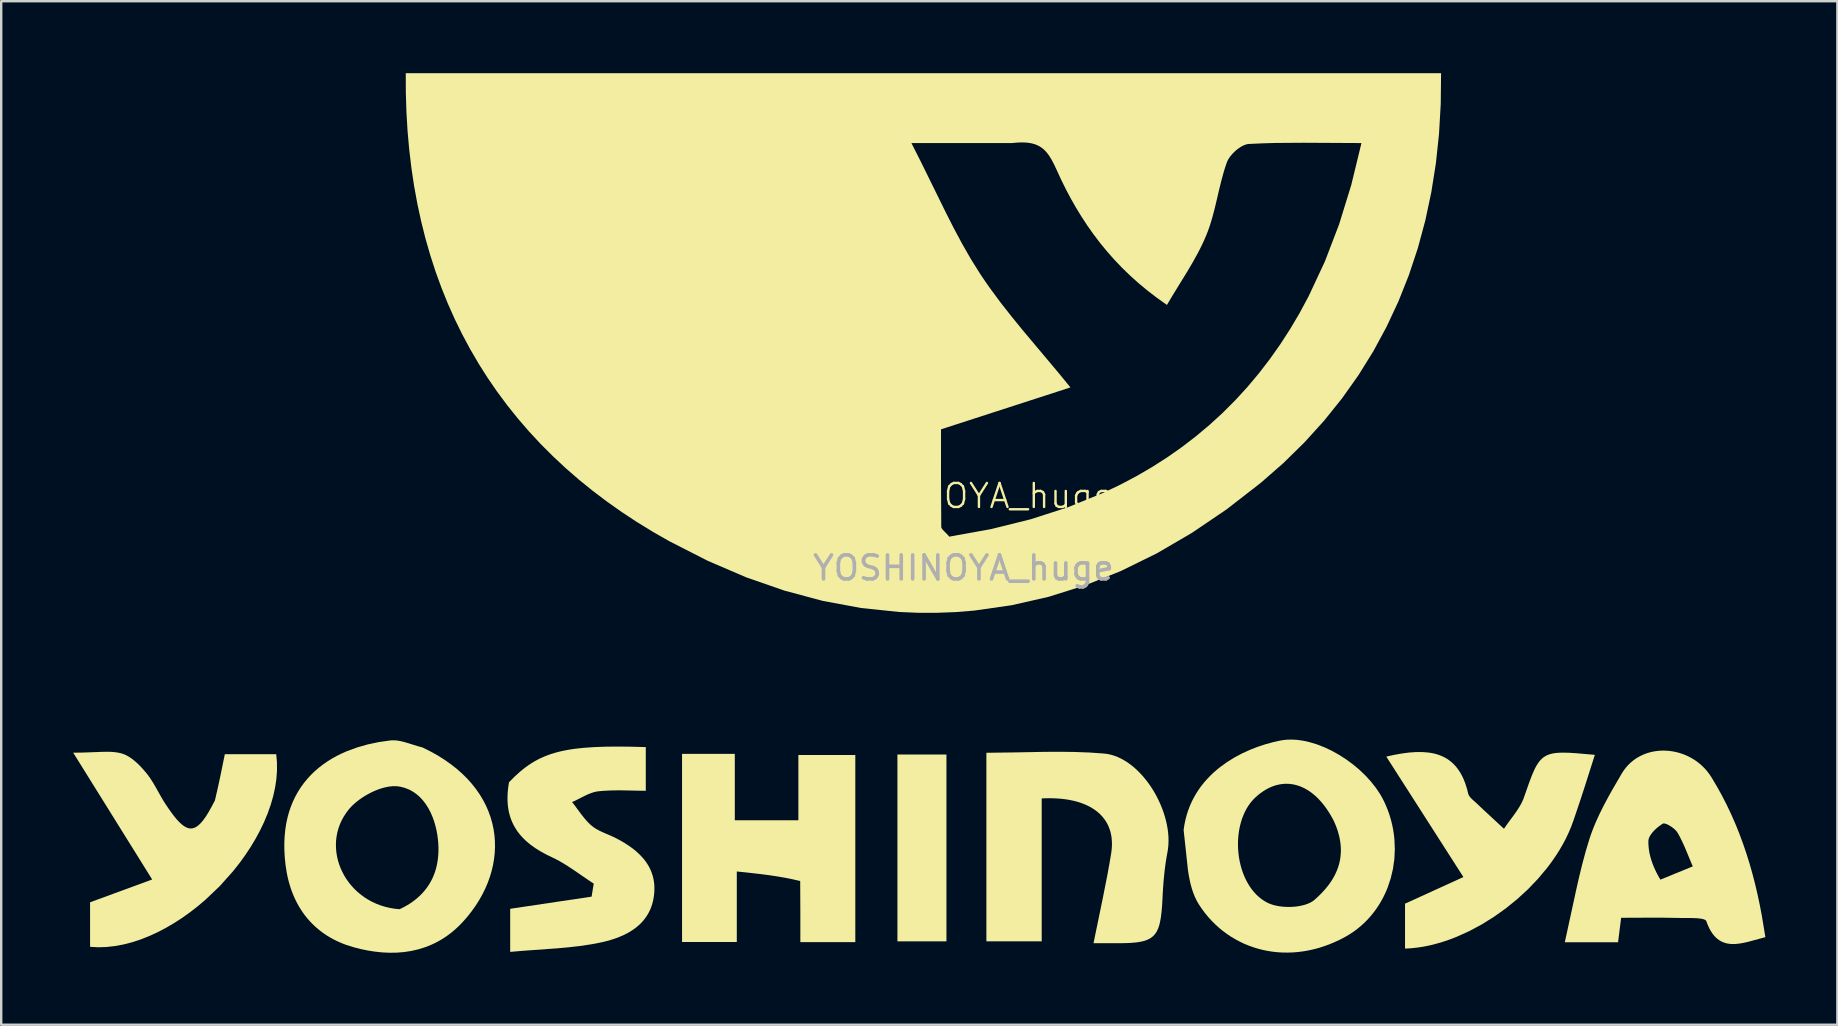
<source format=kicad_pcb>
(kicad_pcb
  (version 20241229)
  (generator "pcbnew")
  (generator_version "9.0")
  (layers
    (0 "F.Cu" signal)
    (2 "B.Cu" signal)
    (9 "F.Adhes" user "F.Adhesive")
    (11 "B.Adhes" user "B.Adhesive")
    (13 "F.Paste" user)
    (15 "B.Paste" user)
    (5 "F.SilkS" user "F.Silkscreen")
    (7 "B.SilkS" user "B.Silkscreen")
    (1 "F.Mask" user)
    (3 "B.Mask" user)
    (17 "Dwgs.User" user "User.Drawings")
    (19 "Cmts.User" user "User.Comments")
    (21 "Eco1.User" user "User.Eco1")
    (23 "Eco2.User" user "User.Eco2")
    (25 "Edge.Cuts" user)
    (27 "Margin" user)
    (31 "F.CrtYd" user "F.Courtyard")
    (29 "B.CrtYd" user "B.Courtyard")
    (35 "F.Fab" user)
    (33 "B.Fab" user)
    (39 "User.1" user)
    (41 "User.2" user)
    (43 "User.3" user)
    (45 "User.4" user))
  (footprint "YOSHINOYA_huge"
    (layer "F.Cu")
    (at 37.095 18.115)
    (property "Reference" "YOSHINOYA_huge" (at 0 -0.5 0) (unlocked yes) (layer "F.SilkS") (effects (font (size 1 1) (thickness 0.1))))
    (attr smd)
    (fp_poly (pts (xy -0.711 18.057) (xy -2.753 18.057) (xy -2.753 10.272) (xy -0.711 10.272)) (stroke (width 0) (type solid)) (fill yes) (layer "F.SilkS"))
    (fp_poly (pts (xy -9.529 13.011) (xy -6.88 13.011) (xy -6.88 10.291) (xy -4.508 10.291) (xy -4.508 18.088) (xy -6.798 18.088) (xy -6.798 16.875) (xy -6.804 15.545) (xy -7.122 15.47) (xy -7.44 15.406) (xy -7.761 15.351) (xy -8.085 15.302) (xy -8.414 15.259) (xy -8.75 15.22) (xy -9.446 15.145) (xy -9.446 18.084) (xy -11.727 18.084) (xy -11.727 10.244) (xy -9.529 10.244)) (stroke (width 0) (type solid)) (fill yes) (layer "F.SilkS"))
    (fp_poly (pts (xy -35.56 10.16) (xy -35.456 10.165) (xy -35.357 10.175) (xy -35.26 10.188) (xy -35.166 10.206) (xy -35.074 10.229) (xy -35.002 10.253) (xy -34.93 10.282) (xy -34.859 10.317) (xy -34.79 10.356) (xy -34.721 10.399) (xy -34.653 10.446) (xy -34.587 10.497) (xy -34.522 10.55) (xy -34.458 10.606) (xy -34.396 10.664) (xy -34.335 10.724) (xy -34.275 10.786) (xy -34.218 10.848) (xy -34.162 10.911) (xy -34.055 11.036) (xy -33.996 11.11) (xy -33.94 11.186) (xy -33.885 11.264) (xy -33.833 11.343) (xy -33.733 11.505) (xy -33.637 11.671) (xy -33.449 12.007) (xy -33.352 12.173) (xy -33.302 12.254) (xy -33.25 12.335) (xy -33.085 12.579) (xy -32.931 12.79) (xy -32.858 12.883) (xy -32.787 12.967) (xy -32.718 13.044) (xy -32.651 13.112) (xy -32.586 13.171) (xy -32.523 13.222) (xy -32.461 13.265) (xy -32.4 13.3) (xy -32.341 13.326) (xy -32.282 13.343) (xy -32.224 13.352) (xy -32.167 13.352) (xy -32.11 13.344) (xy -32.053 13.327) (xy -31.996 13.302) (xy -31.94 13.268) (xy -31.883 13.225) (xy -31.825 13.174) (xy -31.767 13.114) (xy -31.708 13.046) (xy -31.649 12.968) (xy -31.588 12.882) (xy -31.525 12.788) (xy -31.462 12.684) (xy -31.329 12.45) (xy -31.189 12.181) (xy -31.075 11.685) (xy -30.972 11.21) (xy -30.777 10.258) (xy -28.636 10.258) (xy -28.606 10.598) (xy -28.604 10.944) (xy -28.63 11.294) (xy -28.683 11.648) (xy -28.761 12.004) (xy -28.864 12.362) (xy -28.99 12.72) (xy -29.138 13.076) (xy -29.307 13.43) (xy -29.496 13.781) (xy -29.704 14.128) (xy -29.929 14.468) (xy -30.171 14.802) (xy -30.428 15.127) (xy -30.984 15.75) (xy -31.588 16.326) (xy -31.905 16.594) (xy -32.231 16.847) (xy -32.563 17.083) (xy -32.903 17.302) (xy -33.247 17.503) (xy -33.595 17.684) (xy -33.947 17.844) (xy -34.3 17.983) (xy -34.653 18.098) (xy -35.007 18.188) (xy -35.358 18.253) (xy -35.707 18.292) (xy -36.052 18.303) (xy -36.392 18.284) (xy -36.392 16.429) (xy -33.805 15.479) (xy -37.095 10.196) (xy -36.747 10.192) (xy -36.434 10.182) (xy -35.898 10.161) (xy -35.668 10.158)) (stroke (width 0) (type solid)) (fill yes) (layer "F.SilkS"))
    (fp_poly (pts (xy 4.629 10.166) (xy 5.245 10.189) (xy 5.861 10.232) (xy 6.006 10.251) (xy 6.151 10.283) (xy 6.294 10.327) (xy 6.435 10.382) (xy 6.574 10.448) (xy 6.711 10.524) (xy 6.845 10.61) (xy 6.976 10.705) (xy 7.104 10.808) (xy 7.228 10.92) (xy 7.348 11.04) (xy 7.464 11.166) (xy 7.576 11.299) (xy 7.684 11.438) (xy 7.786 11.582) (xy 7.883 11.731) (xy 7.975 11.885) (xy 8.06 12.042) (xy 8.14 12.203) (xy 8.213 12.366) (xy 8.28 12.532) (xy 8.34 12.699) (xy 8.393 12.868) (xy 8.438 13.037) (xy 8.475 13.205) (xy 8.505 13.374) (xy 8.526 13.541) (xy 8.539 13.707) (xy 8.542 13.871) (xy 8.537 14.032) (xy 8.522 14.19) (xy 8.497 14.344) (xy 8.455 14.58) (xy 8.418 14.818) (xy 8.386 15.058) (xy 8.36 15.298) (xy 8.337 15.538) (xy 8.319 15.779) (xy 8.303 16.02) (xy 8.291 16.261) (xy 8.275 16.555) (xy 8.253 16.817) (xy 8.225 17.049) (xy 8.188 17.253) (xy 8.166 17.345) (xy 8.141 17.43) (xy 8.113 17.51) (xy 8.082 17.583) (xy 8.047 17.65) (xy 8.008 17.712) (xy 7.965 17.769) (xy 7.918 17.821) (xy 7.867 17.867) (xy 7.811 17.909) (xy 7.75 17.947) (xy 7.683 17.98) (xy 7.612 18.01) (xy 7.535 18.035) (xy 7.452 18.057) (xy 7.362 18.076) (xy 7.267 18.092) (xy 7.165 18.105) (xy 6.94 18.123) (xy 6.687 18.132) (xy 6.403 18.134) (xy 5.417 18.133) (xy 5.809 16.23) (xy 5.992 15.303) (xy 6.076 14.841) (xy 6.154 14.379) (xy 6.172 14.24) (xy 6.182 14.106) (xy 6.185 13.974) (xy 6.18 13.847) (xy 6.168 13.724) (xy 6.148 13.604) (xy 6.121 13.489) (xy 6.086 13.377) (xy 6.044 13.27) (xy 5.995 13.167) (xy 5.939 13.068) (xy 5.875 12.973) (xy 5.805 12.883) (xy 5.728 12.797) (xy 5.644 12.716) (xy 5.554 12.64) (xy 5.457 12.568) (xy 5.353 12.501) (xy 5.243 12.439) (xy 5.126 12.381) (xy 5.003 12.329) (xy 4.874 12.282) (xy 4.739 12.239) (xy 4.598 12.203) (xy 4.45 12.171) (xy 4.297 12.144) (xy 4.138 12.123) (xy 3.973 12.108) (xy 3.802 12.098) (xy 3.626 12.093) (xy 3.445 12.095) (xy 3.258 12.102) (xy 3.258 18.057) (xy 0.953 18.057) (xy 0.953 10.2) (xy 2.168 10.184) (xy 3.395 10.161) (xy 4.012 10.158)) (stroke (width 0) (type solid)) (fill yes) (layer "F.SilkS"))
    (fp_poly (pts (xy 19.38 10.191) (xy 19.502 10.21) (xy 19.621 10.235) (xy 19.735 10.266) (xy 19.845 10.304) (xy 19.952 10.348) (xy 20.054 10.398) (xy 20.152 10.455) (xy 20.245 10.52) (xy 20.335 10.591) (xy 20.42 10.67) (xy 20.501 10.756) (xy 20.577 10.85) (xy 20.649 10.951) (xy 20.717 11.061) (xy 20.78 11.179) (xy 20.839 11.305) (xy 20.893 11.44) (xy 20.942 11.584) (xy 20.987 11.736) (xy 21.027 11.898) (xy 21.031 11.912) (xy 21.035 11.925) (xy 21.041 11.939) (xy 21.047 11.953) (xy 21.053 11.966) (xy 21.06 11.979) (xy 21.068 11.993) (xy 21.077 12.006) (xy 21.095 12.031) (xy 21.116 12.057) (xy 21.138 12.082) (xy 21.162 12.106) (xy 21.186 12.13) (xy 21.211 12.154) (xy 21.264 12.201) (xy 21.315 12.247) (xy 21.365 12.292) (xy 21.652 12.563) (xy 21.94 12.831) (xy 22.519 13.367) (xy 22.574 13.285) (xy 22.63 13.205) (xy 22.746 13.044) (xy 22.865 12.885) (xy 22.981 12.725) (xy 23.038 12.644) (xy 23.092 12.562) (xy 23.144 12.48) (xy 23.194 12.397) (xy 23.24 12.313) (xy 23.282 12.227) (xy 23.321 12.14) (xy 23.354 12.051) (xy 23.583 11.401) (xy 23.684 11.138) (xy 23.781 10.914) (xy 23.83 10.815) (xy 23.88 10.725) (xy 23.931 10.643) (xy 23.984 10.57) (xy 24.039 10.504) (xy 24.098 10.445) (xy 24.16 10.394) (xy 24.227 10.349) (xy 24.298 10.31) (xy 24.374 10.278) (xy 24.456 10.252) (xy 24.544 10.23) (xy 24.64 10.214) (xy 24.743 10.203) (xy 24.854 10.197) (xy 24.973 10.194) (xy 25.24 10.2) (xy 25.548 10.22) (xy 26.305 10.286) (xy 25.88 11.623) (xy 25.656 12.306) (xy 25.417 13.012) (xy 25.324 13.267) (xy 25.217 13.521) (xy 25.098 13.772) (xy 24.966 14.021) (xy 24.822 14.268) (xy 24.666 14.511) (xy 24.5 14.751) (xy 24.323 14.987) (xy 23.941 15.444) (xy 23.524 15.881) (xy 23.076 16.293) (xy 22.602 16.678) (xy 22.107 17.031) (xy 21.594 17.351) (xy 21.068 17.632) (xy 20.533 17.873) (xy 20.264 17.977) (xy 19.994 18.069) (xy 19.725 18.149) (xy 19.456 18.218) (xy 19.188 18.273) (xy 18.921 18.315) (xy 18.657 18.344) (xy 18.396 18.359) (xy 18.396 16.487) (xy 20.828 15.377) (xy 17.615 10.359) (xy 17.946 10.286) (xy 18.262 10.23) (xy 18.564 10.19) (xy 18.852 10.17) (xy 19.124 10.17)) (stroke (width 0) (type solid)) (fill yes) (layer "F.SilkS"))
    (fp_poly (pts (xy -13.845 9.947) (xy -13.238 9.963) (xy -13.238 11.783) (xy -13.469 11.781) (xy -13.706 11.776) (xy -14.197 11.766) (xy -14.448 11.765) (xy -14.701 11.77) (xy -14.955 11.782) (xy -15.082 11.792) (xy -15.209 11.804) (xy -15.28 11.814) (xy -15.35 11.829) (xy -15.42 11.847) (xy -15.489 11.87) (xy -15.558 11.895) (xy -15.627 11.923) (xy -15.696 11.953) (xy -15.764 11.985) (xy -15.9 12.053) (xy -16.036 12.123) (xy -16.172 12.191) (xy -16.241 12.223) (xy -16.309 12.253) (xy -16.21 12.38) (xy -16.114 12.51) (xy -15.921 12.77) (xy -15.821 12.897) (xy -15.77 12.958) (xy -15.718 13.018) (xy -15.664 13.077) (xy -15.609 13.133) (xy -15.552 13.188) (xy -15.492 13.239) (xy -15.438 13.283) (xy -15.381 13.323) (xy -15.322 13.361) (xy -15.261 13.397) (xy -15.199 13.431) (xy -15.135 13.463) (xy -15.004 13.524) (xy -14.737 13.639) (xy -14.604 13.698) (xy -14.539 13.728) (xy -14.475 13.761) (xy -14.293 13.858) (xy -14.118 13.961) (xy -13.95 14.07) (xy -13.79 14.184) (xy -13.64 14.305) (xy -13.501 14.433) (xy -13.373 14.568) (xy -13.313 14.638) (xy -13.257 14.711) (xy -13.204 14.785) (xy -13.155 14.862) (xy -13.109 14.94) (xy -13.067 15.021) (xy -13.029 15.104) (xy -12.995 15.19) (xy -12.965 15.277) (xy -12.939 15.368) (xy -12.918 15.46) (xy -12.901 15.555) (xy -12.889 15.653) (xy -12.881 15.753) (xy -12.879 15.856) (xy -12.881 15.962) (xy -12.889 16.07) (xy -12.902 16.181) (xy -12.92 16.292) (xy -12.943 16.398) (xy -12.97 16.501) (xy -13.002 16.599) (xy -13.038 16.694) (xy -13.079 16.785) (xy -13.123 16.872) (xy -13.172 16.956) (xy -13.224 17.036) (xy -13.279 17.113) (xy -13.338 17.187) (xy -13.4 17.257) (xy -13.465 17.324) (xy -13.533 17.388) (xy -13.604 17.448) (xy -13.677 17.506) (xy -13.753 17.561) (xy -13.831 17.613) (xy -13.994 17.71) (xy -14.163 17.796) (xy -14.339 17.872) (xy -14.519 17.94) (xy -14.702 17.999) (xy -14.888 18.051) (xy -15.075 18.095) (xy -15.302 18.142) (xy -15.531 18.183) (xy -15.994 18.252) (xy -16.461 18.305) (xy -16.935 18.348) (xy -17.899 18.417) (xy -18.391 18.453) (xy -18.888 18.496) (xy -18.888 16.7) (xy -15.496 16.194) (xy -15.407 15.651) (xy -15.624 15.508) (xy -15.839 15.361) (xy -16.269 15.066) (xy -16.486 14.923) (xy -16.706 14.787) (xy -16.818 14.723) (xy -16.931 14.661) (xy -17.045 14.602) (xy -17.161 14.547) (xy -17.401 14.43) (xy -17.627 14.306) (xy -17.839 14.174) (xy -18.035 14.033) (xy -18.127 13.959) (xy -18.215 13.883) (xy -18.299 13.805) (xy -18.379 13.723) (xy -18.454 13.64) (xy -18.525 13.553) (xy -18.591 13.464) (xy -18.653 13.371) (xy -18.71 13.276) (xy -18.762 13.177) (xy -18.81 13.076) (xy -18.852 12.971) (xy -18.889 12.863) (xy -18.921 12.751) (xy -18.948 12.636) (xy -18.969 12.517) (xy -18.985 12.395) (xy -18.995 12.268) (xy -19 12.138) (xy -18.999 12.004) (xy -18.992 11.866) (xy -18.98 11.724) (xy -18.961 11.577) (xy -18.936 11.427) (xy -18.705 11.194) (xy -18.473 10.984) (xy -18.356 10.888) (xy -18.238 10.797) (xy -18.118 10.712) (xy -17.996 10.631) (xy -17.872 10.556) (xy -17.744 10.486) (xy -17.613 10.421) (xy -17.477 10.361) (xy -17.337 10.305) (xy -17.193 10.254) (xy -17.043 10.207) (xy -16.887 10.165) (xy -16.725 10.126) (xy -16.556 10.092) (xy -16.38 10.061) (xy -16.197 10.034) (xy -15.805 9.992) (xy -15.378 9.963) (xy -14.911 9.946) (xy -14.401 9.941)) (stroke (width 0) (type solid)) (fill yes) (layer "F.SilkS"))
    (fp_poly (pts (xy 29.278 10.112) (xy 29.414 10.123) (xy 29.55 10.142) (xy 29.685 10.169) (xy 29.819 10.204) (xy 29.951 10.246) (xy 30.081 10.297) (xy 30.209 10.355) (xy 30.333 10.421) (xy 30.454 10.494) (xy 30.57 10.575) (xy 30.683 10.664) (xy 30.79 10.76) (xy 30.892 10.863) (xy 30.988 10.974) (xy 31.078 11.092) (xy 31.161 11.217) (xy 31.388 11.599) (xy 31.602 11.985) (xy 31.802 12.375) (xy 31.989 12.77) (xy 32.164 13.169) (xy 32.327 13.573) (xy 32.478 13.982) (xy 32.619 14.395) (xy 32.75 14.814) (xy 32.87 15.237) (xy 32.981 15.665) (xy 33.083 16.098) (xy 33.176 16.536) (xy 33.261 16.979) (xy 33.41 17.881) (xy 32.7 18.074) (xy 32.524 18.115) (xy 32.35 18.146) (xy 32.18 18.165) (xy 32.096 18.169) (xy 32.014 18.168) (xy 31.932 18.162) (xy 31.852 18.151) (xy 31.774 18.135) (xy 31.698 18.112) (xy 31.623 18.083) (xy 31.55 18.047) (xy 31.479 18.003) (xy 31.41 17.952) (xy 31.343 17.893) (xy 31.279 17.825) (xy 31.217 17.748) (xy 31.158 17.662) (xy 31.101 17.566) (xy 31.048 17.46) (xy 30.997 17.343) (xy 30.949 17.215) (xy 30.942 17.2) (xy 30.93 17.186) (xy 30.915 17.173) (xy 30.897 17.162) (xy 30.875 17.151) (xy 30.851 17.141) (xy 30.823 17.133) (xy 30.793 17.125) (xy 30.725 17.112) (xy 30.648 17.102) (xy 30.564 17.094) (xy 30.474 17.089) (xy 30.282 17.084) (xy 30.086 17.083) (xy 29.895 17.083) (xy 29.722 17.08) (xy 29.164 17.071) (xy 28.597 17.07) (xy 27.4 17.075) (xy 27.272 18.096) (xy 25.053 18.096) (xy 25.528 15.911) (xy 25.649 15.376) (xy 25.779 14.846) (xy 25.92 14.321) (xy 26.053 13.877) (xy 28.536 13.877) (xy 28.536 13.977) (xy 28.541 14.076) (xy 28.55 14.176) (xy 28.564 14.275) (xy 28.581 14.375) (xy 28.604 14.475) (xy 28.63 14.576) (xy 28.66 14.676) (xy 28.694 14.776) (xy 28.732 14.877) (xy 28.773 14.978) (xy 28.819 15.079) (xy 28.868 15.181) (xy 28.92 15.282) (xy 28.976 15.384) (xy 29.036 15.486) (xy 30.385 14.933) (xy 30.309 14.755) (xy 30.235 14.576) (xy 30.087 14.218) (xy 30.01 14.041) (xy 29.929 13.866) (xy 29.843 13.695) (xy 29.797 13.61) (xy 29.749 13.527) (xy 29.737 13.509) (xy 29.724 13.491) (xy 29.694 13.454) (xy 29.658 13.416) (xy 29.619 13.379) (xy 29.576 13.343) (xy 29.531 13.308) (xy 29.484 13.276) (xy 29.437 13.245) (xy 29.39 13.218) (xy 29.344 13.194) (xy 29.3 13.174) (xy 29.258 13.159) (xy 29.22 13.149) (xy 29.203 13.146) (xy 29.187 13.144) (xy 29.172 13.144) (xy 29.159 13.145) (xy 29.147 13.148) (xy 29.137 13.153) (xy 29.087 13.185) (xy 29.036 13.219) (xy 28.984 13.257) (xy 28.933 13.298) (xy 28.882 13.34) (xy 28.833 13.385) (xy 28.785 13.431) (xy 28.74 13.479) (xy 28.698 13.528) (xy 28.659 13.578) (xy 28.624 13.628) (xy 28.595 13.679) (xy 28.582 13.704) (xy 28.57 13.729) (xy 28.56 13.754) (xy 28.552 13.779) (xy 28.545 13.804) (xy 28.54 13.829) (xy 28.537 13.853) (xy 28.536 13.877) (xy 26.053 13.877) (xy 26.076 13.802) (xy 26.136 13.623) (xy 26.201 13.445) (xy 26.27 13.269) (xy 26.343 13.094) (xy 26.501 12.747) (xy 26.672 12.404) (xy 26.852 12.065) (xy 27.039 11.73) (xy 27.424 11.068) (xy 27.504 10.944) (xy 27.59 10.828) (xy 27.683 10.722) (xy 27.782 10.624) (xy 27.887 10.535) (xy 27.996 10.454) (xy 28.111 10.382) (xy 28.23 10.319) (xy 28.352 10.264) (xy 28.478 10.217) (xy 28.607 10.179) (xy 28.738 10.149) (xy 28.871 10.128) (xy 29.006 10.114) (xy 29.141 10.109)) (stroke (width 0) (type solid)) (fill yes) (layer "F.SilkS"))
    (fp_poly (pts (xy 19.884 -16.837) (xy 19.812 -15.583) (xy 19.681 -14.354) (xy 19.49 -13.151) (xy 19.24 -11.975) (xy 18.93 -10.827) (xy 18.558 -9.707) (xy 18.125 -8.616) (xy 17.63 -7.556) (xy 17.073 -6.526) (xy 16.453 -5.529) (xy 15.769 -4.564) (xy 15.021 -3.633) (xy 14.209 -2.736) (xy 13.332 -1.875) (xy 12.389 -1.05) (xy 10.964 0.056) (xy 9.517 1.037) (xy 8.05 1.893) (xy 6.563 2.623) (xy 5.057 3.227) (xy 3.536 3.704) (xy 1.999 4.053) (xy 0.45 4.275) (xy -0.33 4.338) (xy -1.112 4.368) (xy -1.897 4.367) (xy -2.685 4.333) (xy -4.267 4.168) (xy -5.856 3.873) (xy -7.451 3.447) (xy -9.051 2.891) (xy -10.654 2.203) (xy -12.259 1.384) (xy -12.942 0.993) (xy -13.603 0.588) (xy -14.243 0.167) (xy -14.86 -0.269) (xy -15.455 -0.719) (xy -16.029 -1.184) (xy -16.58 -1.663) (xy -17.11 -2.158) (xy -17.618 -2.666) (xy -18.103 -3.189) (xy -18.567 -3.726) (xy -19.009 -4.277) (xy -19.429 -4.842) (xy -19.827 -5.421) (xy -20.203 -6.014) (xy -20.557 -6.621) (xy -20.889 -7.241) (xy -21.2 -7.875) (xy -21.488 -8.522) (xy -21.754 -9.182) (xy -21.999 -9.856) (xy -22.221 -10.543) (xy -22.422 -11.243) (xy -22.6 -11.956) (xy -22.757 -12.682) (xy -22.892 -13.421) (xy -23.004 -14.172) (xy -23.095 -14.936) (xy -23.119 -15.204) (xy -2.171 -15.204) (xy -1.792 -14.455) (xy -1.433 -13.727) (xy -0.747 -12.331) (xy -0.408 -11.663) (xy -0.061 -11.014) (xy 0.3 -10.384) (xy 0.682 -9.772) (xy 0.887 -9.466) (xy 1.099 -9.163) (xy 1.539 -8.567) (xy 1.999 -7.981) (xy 2.474 -7.398) (xy 3.456 -6.229) (xy 3.956 -5.633) (xy 4.455 -5.023) (xy -0.937 -3.277) (xy -0.938 -1.301) (xy -0.927 0.787) (xy -0.926 0.796) (xy -0.925 0.805) (xy -0.923 0.815) (xy -0.919 0.824) (xy -0.916 0.833) (xy -0.911 0.843) (xy -0.906 0.853) (xy -0.899 0.862) (xy -0.892 0.872) (xy -0.885 0.882) (xy -0.868 0.903) (xy -0.848 0.925) (xy -0.826 0.948) (xy -0.72 1.056) (xy -0.689 1.087) (xy -0.658 1.121) (xy -0.625 1.157) (xy -0.592 1.195) (xy 1.144 0.881) (xy 2.79 0.473) (xy 4.347 -0.029) (xy 5.814 -0.627) (xy 6.514 -0.961) (xy 7.192 -1.318) (xy 7.848 -1.7) (xy 8.482 -2.105) (xy 9.093 -2.533) (xy 9.683 -2.986) (xy 10.251 -3.462) (xy 10.797 -3.962) (xy 11.321 -4.486) (xy 11.823 -5.033) (xy 12.303 -5.605) (xy 12.761 -6.2) (xy 13.198 -6.819) (xy 13.613 -7.461) (xy 14.007 -8.128) (xy 14.378 -8.819) (xy 15.057 -10.271) (xy 15.65 -11.82) (xy 16.158 -13.464) (xy 16.58 -15.204) (xy 14.158 -15.217) (xy 13.016 -15.209) (xy 12.453 -15.193) (xy 11.894 -15.167) (xy 11.862 -15.165) (xy 11.83 -15.159) (xy 11.797 -15.152) (xy 11.763 -15.143) (xy 11.73 -15.131) (xy 11.695 -15.118) (xy 11.626 -15.086) (xy 11.556 -15.047) (xy 11.487 -15.002) (xy 11.419 -14.953) (xy 11.352 -14.899) (xy 11.288 -14.841) (xy 11.227 -14.78) (xy 11.17 -14.716) (xy 11.117 -14.652) (xy 11.07 -14.586) (xy 11.029 -14.52) (xy 10.995 -14.454) (xy 10.981 -14.422) (xy 10.969 -14.39) (xy 10.905 -14.203) (xy 10.846 -14.013) (xy 10.741 -13.63) (xy 10.646 -13.243) (xy 10.556 -12.855) (xy 10.463 -12.468) (xy 10.361 -12.084) (xy 10.305 -11.895) (xy 10.244 -11.707) (xy 10.178 -11.522) (xy 10.105 -11.339) (xy 10.023 -11.149) (xy 9.935 -10.961) (xy 9.843 -10.775) (xy 9.747 -10.591) (xy 9.546 -10.228) (xy 9.335 -9.87) (xy 8.9 -9.163) (xy 8.685 -8.812) (xy 8.476 -8.461) (xy 8.062 -8.754) (xy 7.668 -9.056) (xy 7.293 -9.367) (xy 6.938 -9.686) (xy 6.6 -10.014) (xy 6.28 -10.35) (xy 5.977 -10.693) (xy 5.69 -11.043) (xy 5.418 -11.401) (xy 5.16 -11.766) (xy 4.917 -12.137) (xy 4.686 -12.515) (xy 4.468 -12.898) (xy 4.262 -13.287) (xy 4.067 -13.682) (xy 3.882 -14.082) (xy 3.808 -14.243) (xy 3.734 -14.392) (xy 3.66 -14.528) (xy 3.584 -14.652) (xy 3.544 -14.71) (xy 3.504 -14.764) (xy 3.462 -14.816) (xy 3.419 -14.864) (xy 3.375 -14.909) (xy 3.329 -14.952) (xy 3.28 -14.991) (xy 3.23 -15.027) (xy 3.178 -15.061) (xy 3.123 -15.091) (xy 3.066 -15.118) (xy 3.006 -15.142) (xy 2.944 -15.164) (xy 2.878 -15.182) (xy 2.809 -15.198) (xy 2.737 -15.21) (xy 2.661 -15.22) (xy 2.581 -15.226) (xy 2.498 -15.23) (xy 2.41 -15.231) (xy 2.318 -15.228) (xy 2.222 -15.223) (xy 2.016 -15.204) (xy -2.171 -15.204) (xy -23.119 -15.204) (xy -23.164 -15.712) (xy -23.211 -16.5) (xy -23.236 -17.301) (xy -23.239 -18.115) (xy 19.898 -18.115)) (stroke (width 0) (type solid)) (fill yes) (layer "F.SilkS"))
    (fp_poly (pts (xy 13.781 9.654) (xy 13.932 9.666) (xy 14.085 9.687) (xy 14.24 9.715) (xy 14.395 9.751) (xy 14.709 9.844) (xy 15.022 9.965) (xy 15.333 10.11) (xy 15.637 10.279) (xy 15.933 10.468) (xy 16.217 10.676) (xy 16.487 10.901) (xy 16.739 11.141) (xy 16.97 11.393) (xy 17.178 11.655) (xy 17.36 11.926) (xy 17.439 12.064) (xy 17.511 12.203) (xy 17.601 12.399) (xy 17.681 12.597) (xy 17.751 12.797) (xy 17.811 12.999) (xy 17.861 13.202) (xy 17.902 13.407) (xy 17.933 13.611) (xy 17.955 13.816) (xy 17.971 14.226) (xy 17.951 14.632) (xy 17.894 15.031) (xy 17.803 15.422) (xy 17.677 15.801) (xy 17.602 15.984) (xy 17.518 16.164) (xy 17.426 16.34) (xy 17.326 16.51) (xy 17.217 16.676) (xy 17.101 16.836) (xy 16.977 16.99) (xy 16.846 17.138) (xy 16.706 17.279) (xy 16.559 17.413) (xy 16.405 17.54) (xy 16.243 17.66) (xy 16.074 17.771) (xy 15.897 17.874) (xy 15.679 17.988) (xy 15.46 18.09) (xy 15.241 18.181) (xy 15.021 18.261) (xy 14.802 18.331) (xy 14.582 18.389) (xy 14.363 18.437) (xy 14.145 18.475) (xy 13.927 18.502) (xy 13.711 18.519) (xy 13.497 18.525) (xy 13.284 18.522) (xy 13.074 18.509) (xy 12.865 18.486) (xy 12.66 18.453) (xy 12.457 18.411) (xy 12.257 18.359) (xy 12.061 18.298) (xy 11.868 18.228) (xy 11.679 18.149) (xy 11.495 18.06) (xy 11.315 17.963) (xy 11.139 17.858) (xy 10.969 17.743) (xy 10.804 17.621) (xy 10.644 17.49) (xy 10.49 17.35) (xy 10.342 17.203) (xy 10.201 17.047) (xy 10.066 16.884) (xy 9.938 16.713) (xy 9.817 16.534) (xy 9.723 16.375) (xy 9.642 16.208) (xy 9.572 16.034) (xy 9.512 15.853) (xy 9.461 15.666) (xy 9.418 15.474) (xy 9.381 15.278) (xy 9.35 15.078) (xy 9.241 14.06) (xy 11.436 14.06) (xy 11.442 14.225) (xy 11.456 14.39) (xy 11.477 14.554) (xy 11.506 14.716) (xy 11.542 14.876) (xy 11.586 15.033) (xy 11.637 15.186) (xy 11.695 15.335) (xy 11.761 15.48) (xy 11.834 15.618) (xy 11.914 15.751) (xy 12.001 15.877) (xy 12.096 15.995) (xy 12.197 16.105) (xy 12.306 16.207) (xy 12.422 16.299) (xy 12.545 16.381) (xy 12.675 16.453) (xy 12.779 16.498) (xy 12.892 16.536) (xy 13.015 16.568) (xy 13.143 16.592) (xy 13.277 16.61) (xy 13.415 16.62) (xy 13.554 16.623) (xy 13.693 16.62) (xy 13.831 16.609) (xy 13.966 16.591) (xy 14.096 16.565) (xy 14.22 16.533) (xy 14.336 16.493) (xy 14.443 16.446) (xy 14.538 16.392) (xy 14.581 16.362) (xy 14.621 16.33) (xy 14.781 16.185) (xy 14.934 16.033) (xy 15.078 15.874) (xy 15.212 15.707) (xy 15.274 15.621) (xy 15.333 15.533) (xy 15.389 15.443) (xy 15.441 15.351) (xy 15.49 15.256) (xy 15.534 15.16) (xy 15.574 15.062) (xy 15.61 14.961) (xy 15.642 14.859) (xy 15.668 14.754) (xy 15.69 14.647) (xy 15.706 14.538) (xy 15.717 14.426) (xy 15.723 14.313) (xy 15.723 14.196) (xy 15.716 14.078) (xy 15.704 13.957) (xy 15.685 13.834) (xy 15.66 13.708) (xy 15.628 13.58) (xy 15.59 13.449) (xy 15.544 13.316) (xy 15.491 13.18) (xy 15.43 13.042) (xy 15.352 12.894) (xy 15.27 12.754) (xy 15.186 12.62) (xy 15.1 12.494) (xy 15.011 12.375) (xy 14.919 12.263) (xy 14.826 12.159) (xy 14.73 12.062) (xy 14.633 11.973) (xy 14.533 11.891) (xy 14.432 11.816) (xy 14.329 11.749) (xy 14.225 11.69) (xy 14.12 11.638) (xy 14.014 11.594) (xy 13.906 11.558) (xy 13.798 11.529) (xy 13.689 11.509) (xy 13.579 11.496) (xy 13.469 11.491) (xy 13.358 11.494) (xy 13.248 11.505) (xy 13.137 11.524) (xy 13.027 11.55) (xy 12.916 11.585) (xy 12.806 11.629) (xy 12.697 11.68) (xy 12.588 11.739) (xy 12.479 11.807) (xy 12.372 11.883) (xy 12.266 11.967) (xy 12.161 12.06) (xy 12.058 12.164) (xy 11.962 12.276) (xy 11.875 12.397) (xy 11.796 12.524) (xy 11.725 12.659) (xy 11.662 12.799) (xy 11.606 12.944) (xy 11.559 13.095) (xy 11.519 13.249) (xy 11.487 13.407) (xy 11.463 13.567) (xy 11.446 13.73) (xy 11.437 13.894) (xy 11.436 14.06) (xy 9.241 14.06) (xy 9.171 13.417) (xy 9.203 13.203) (xy 9.246 12.995) (xy 9.298 12.795) (xy 9.36 12.602) (xy 9.431 12.416) (xy 9.51 12.236) (xy 9.598 12.064) (xy 9.694 11.898) (xy 9.797 11.738) (xy 9.906 11.585) (xy 10.023 11.439) (xy 10.145 11.299) (xy 10.273 11.165) (xy 10.406 11.037) (xy 10.544 10.916) (xy 10.687 10.8) (xy 10.983 10.586) (xy 11.291 10.395) (xy 11.608 10.226) (xy 11.93 10.079) (xy 12.254 9.952) (xy 12.576 9.846) (xy 12.893 9.759) (xy 13.202 9.69) (xy 13.342 9.668) (xy 13.486 9.654) (xy 13.632 9.65)) (stroke (width 0) (type solid)) (fill yes) (layer "F.SilkS"))
    (fp_poly (pts (xy -23.725 9.68) (xy -23.649 9.685) (xy -23.572 9.694) (xy -23.493 9.708) (xy -23.414 9.724) (xy -23.333 9.744) (xy -23.252 9.766) (xy -23.084 9.816) (xy -22.91 9.871) (xy -22.73 9.926) (xy -22.637 9.952) (xy -22.543 9.978) (xy -22.22 10.138) (xy -21.916 10.307) (xy -21.631 10.486) (xy -21.366 10.672) (xy -21.118 10.866) (xy -20.89 11.068) (xy -20.679 11.276) (xy -20.487 11.491) (xy -20.313 11.711) (xy -20.157 11.936) (xy -20.018 12.167) (xy -19.897 12.401) (xy -19.793 12.64) (xy -19.706 12.881) (xy -19.636 13.126) (xy -19.582 13.373) (xy -19.545 13.622) (xy -19.525 13.872) (xy -19.521 14.123) (xy -19.532 14.374) (xy -19.56 14.625) (xy -19.603 14.875) (xy -19.661 15.125) (xy -19.735 15.373) (xy -19.824 15.618) (xy -19.928 15.861) (xy -20.046 16.101) (xy -20.18 16.338) (xy -20.327 16.57) (xy -20.489 16.798) (xy -20.664 17.021) (xy -20.854 17.238) (xy -20.975 17.365) (xy -21.098 17.484) (xy -21.223 17.596) (xy -21.351 17.702) (xy -21.481 17.8) (xy -21.612 17.891) (xy -21.746 17.976) (xy -21.881 18.054) (xy -22.019 18.126) (xy -22.157 18.191) (xy -22.298 18.25) (xy -22.439 18.303) (xy -22.727 18.392) (xy -23.018 18.458) (xy -23.314 18.503) (xy -23.612 18.527) (xy -23.913 18.531) (xy -24.214 18.518) (xy -24.517 18.486) (xy -24.819 18.439) (xy -25.121 18.376) (xy -25.42 18.299) (xy -25.711 18.207) (xy -25.851 18.155) (xy -25.988 18.098) (xy -26.122 18.037) (xy -26.252 17.972) (xy -26.378 17.902) (xy -26.501 17.829) (xy -26.62 17.751) (xy -26.735 17.669) (xy -26.846 17.583) (xy -26.954 17.493) (xy -27.058 17.398) (xy -27.158 17.3) (xy -27.255 17.197) (xy -27.347 17.091) (xy -27.435 16.98) (xy -27.519 16.866) (xy -27.599 16.747) (xy -27.675 16.625) (xy -27.747 16.499) (xy -27.815 16.368) (xy -27.878 16.234) (xy -27.937 16.096) (xy -27.992 15.954) (xy -28.043 15.808) (xy -28.088 15.659) (xy -28.13 15.506) (xy -28.167 15.348) (xy -28.199 15.188) (xy -28.25 14.855) (xy -28.281 14.546) (xy -28.297 14.248) (xy -28.299 14.014) (xy -26.149 14.014) (xy -26.145 14.184) (xy -26.13 14.353) (xy -26.102 14.52) (xy -26.064 14.686) (xy -26.014 14.85) (xy -25.953 15.01) (xy -25.881 15.167) (xy -25.8 15.32) (xy -25.708 15.468) (xy -25.606 15.611) (xy -25.494 15.747) (xy -25.373 15.878) (xy -25.243 16.001) (xy -25.104 16.116) (xy -24.957 16.224) (xy -24.801 16.322) (xy -24.637 16.412) (xy -24.465 16.491) (xy -24.285 16.56) (xy -24.098 16.617) (xy -23.904 16.663) (xy -23.703 16.697) (xy -23.496 16.718) (xy -23.381 16.662) (xy -23.27 16.604) (xy -23.164 16.543) (xy -23.062 16.479) (xy -22.965 16.413) (xy -22.872 16.344) (xy -22.783 16.273) (xy -22.699 16.199) (xy -22.619 16.123) (xy -22.543 16.045) (xy -22.472 15.964) (xy -22.404 15.881) (xy -22.341 15.796) (xy -22.282 15.708) (xy -22.227 15.618) (xy -22.176 15.527) (xy -22.129 15.433) (xy -22.087 15.337) (xy -22.048 15.239) (xy -22.013 15.139) (xy -21.982 15.037) (xy -21.956 14.933) (xy -21.933 14.827) (xy -21.914 14.72) (xy -21.899 14.611) (xy -21.888 14.5) (xy -21.88 14.387) (xy -21.877 14.273) (xy -21.877 14.157) (xy -21.881 14.039) (xy -21.888 13.92) (xy -21.9 13.8) (xy -21.925 13.609) (xy -21.96 13.42) (xy -22.005 13.233) (xy -22.059 13.05) (xy -22.124 12.871) (xy -22.198 12.699) (xy -22.283 12.534) (xy -22.379 12.378) (xy -22.485 12.231) (xy -22.602 12.097) (xy -22.665 12.034) (xy -22.73 11.975) (xy -22.798 11.919) (xy -22.869 11.867) (xy -22.943 11.819) (xy -23.019 11.774) (xy -23.099 11.734) (xy -23.181 11.699) (xy -23.266 11.667) (xy -23.354 11.641) (xy -23.445 11.619) (xy -23.539 11.602) (xy -23.601 11.595) (xy -23.664 11.591) (xy -23.794 11.593) (xy -23.93 11.608) (xy -24.07 11.634) (xy -24.213 11.67) (xy -24.357 11.717) (xy -24.501 11.773) (xy -24.645 11.837) (xy -24.786 11.909) (xy -24.923 11.987) (xy -25.056 12.071) (xy -25.183 12.16) (xy -25.303 12.254) (xy -25.414 12.351) (xy -25.515 12.45) (xy -25.606 12.551) (xy -25.72 12.701) (xy -25.821 12.856) (xy -25.908 13.014) (xy -25.981 13.175) (xy -26.04 13.34) (xy -26.087 13.507) (xy -26.12 13.675) (xy -26.141 13.844) (xy -26.149 14.014) (xy -28.299 14.014) (xy -28.299 13.96) (xy -28.286 13.682) (xy -28.26 13.415) (xy -28.221 13.158) (xy -28.168 12.91) (xy -28.104 12.673) (xy -28.027 12.446) (xy -27.938 12.228) (xy -27.839 12.02) (xy -27.728 11.821) (xy -27.607 11.632) (xy -27.477 11.452) (xy -27.336 11.281) (xy -27.186 11.119) (xy -27.028 10.966) (xy -26.861 10.822) (xy -26.686 10.687) (xy -26.504 10.561) (xy -26.315 10.443) (xy -26.119 10.334) (xy -25.916 10.233) (xy -25.708 10.14) (xy -25.275 9.98) (xy -24.823 9.851) (xy -24.356 9.753) (xy -23.876 9.685) (xy -23.801 9.68)) (stroke (width 0) (type solid)) (fill yes) (layer "F.SilkS"))
    (fp_text user "${REFERENCE}" (at 0 2.5 0) (unlocked yes) (layer "F.Fab") (effects (font (size 1 1) (thickness 0.15)))))
  (gr_rect
    (start -3 -3)
    (end 73.505 39.646)
    (stroke (width 0.1) (type default))
    (fill no)
    (layer "Edge.Cuts")))
</source>
